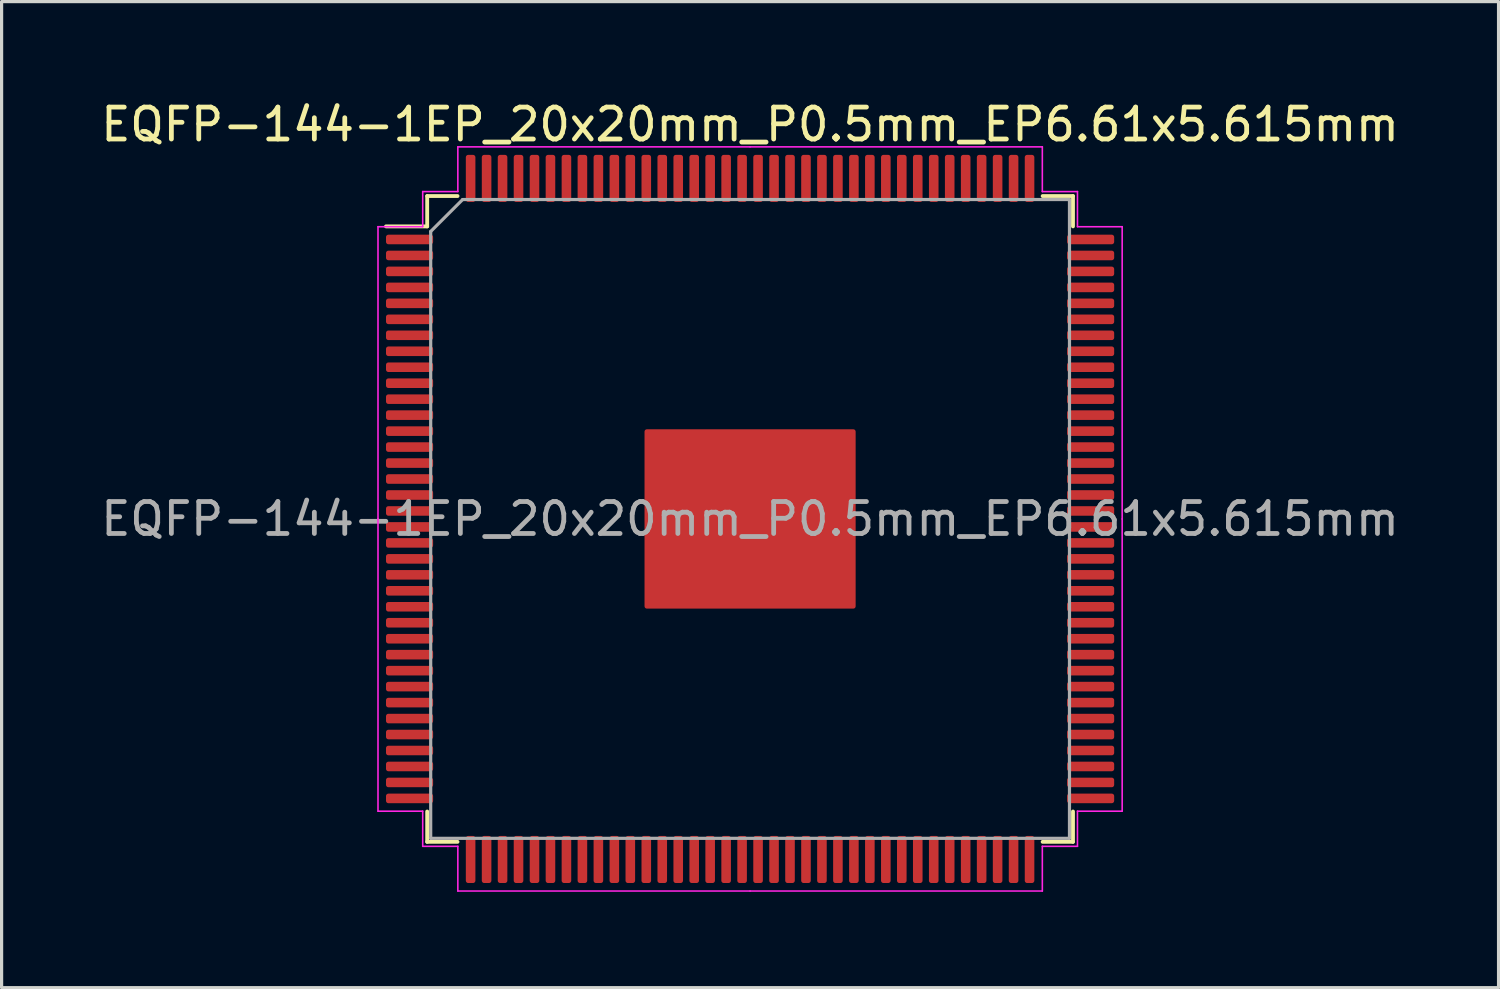
<source format=kicad_pcb>
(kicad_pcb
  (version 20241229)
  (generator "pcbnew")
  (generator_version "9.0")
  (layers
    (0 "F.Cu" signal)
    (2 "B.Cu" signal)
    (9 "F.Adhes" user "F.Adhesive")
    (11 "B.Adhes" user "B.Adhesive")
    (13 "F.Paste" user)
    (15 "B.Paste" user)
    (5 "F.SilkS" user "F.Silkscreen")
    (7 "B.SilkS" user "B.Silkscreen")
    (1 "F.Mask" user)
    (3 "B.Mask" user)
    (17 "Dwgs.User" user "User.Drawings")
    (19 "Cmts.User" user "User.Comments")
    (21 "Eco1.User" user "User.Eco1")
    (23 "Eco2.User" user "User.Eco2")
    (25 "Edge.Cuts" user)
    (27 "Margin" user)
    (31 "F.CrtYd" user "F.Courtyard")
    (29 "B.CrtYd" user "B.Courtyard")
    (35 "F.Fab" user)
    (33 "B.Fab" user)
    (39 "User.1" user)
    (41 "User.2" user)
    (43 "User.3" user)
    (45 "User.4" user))
  (footprint "EQFP-144-1EP_20x20mm_P0.5mm_EP6.61x5.615mm"
    (layer "F.Cu")
    (at 20.435 13.198)
    (property "Reference" "EQFP-144-1EP_20x20mm_P0.5mm_EP6.61x5.615mm" (at 0 -12.35 0) (layer "F.SilkS") (effects (font (size 1 1) (thickness 0.15))))
    (attr smd)
    (fp_line (start -10.11 -10.11) (end -10.11 -9.16) (stroke (width 0.12) (type solid)) (layer "F.SilkS"))
    (fp_line (start -10.11 -9.16) (end -11.4 -9.16) (stroke (width 0.12) (type solid)) (layer "F.SilkS"))
    (fp_line (start -10.11 10.11) (end -10.11 9.16) (stroke (width 0.12) (type solid)) (layer "F.SilkS"))
    (fp_line (start -9.16 -10.11) (end -10.11 -10.11) (stroke (width 0.12) (type solid)) (layer "F.SilkS"))
    (fp_line (start -9.16 10.11) (end -10.11 10.11) (stroke (width 0.12) (type solid)) (layer "F.SilkS"))
    (fp_line (start 9.16 -10.11) (end 10.11 -10.11) (stroke (width 0.12) (type solid)) (layer "F.SilkS"))
    (fp_line (start 9.16 10.11) (end 10.11 10.11) (stroke (width 0.12) (type solid)) (layer "F.SilkS"))
    (fp_line (start 10.11 -10.11) (end 10.11 -9.16) (stroke (width 0.12) (type solid)) (layer "F.SilkS"))
    (fp_line (start 10.11 10.11) (end 10.11 9.16) (stroke (width 0.12) (type solid)) (layer "F.SilkS"))
    (fp_line (start -11.65 -9.15) (end -11.65 0) (stroke (width 0.05) (type solid)) (layer "F.CrtYd"))
    (fp_line (start -11.65 9.15) (end -11.65 0) (stroke (width 0.05) (type solid)) (layer "F.CrtYd"))
    (fp_line (start -10.25 -10.25) (end -10.25 -9.15) (stroke (width 0.05) (type solid)) (layer "F.CrtYd"))
    (fp_line (start -10.25 -9.15) (end -11.65 -9.15) (stroke (width 0.05) (type solid)) (layer "F.CrtYd"))
    (fp_line (start -10.25 9.15) (end -11.65 9.15) (stroke (width 0.05) (type solid)) (layer "F.CrtYd"))
    (fp_line (start -10.25 10.25) (end -10.25 9.15) (stroke (width 0.05) (type solid)) (layer "F.CrtYd"))
    (fp_line (start -9.15 -11.65) (end -9.15 -10.25) (stroke (width 0.05) (type solid)) (layer "F.CrtYd"))
    (fp_line (start -9.15 -10.25) (end -10.25 -10.25) (stroke (width 0.05) (type solid)) (layer "F.CrtYd"))
    (fp_line (start -9.15 10.25) (end -10.25 10.25) (stroke (width 0.05) (type solid)) (layer "F.CrtYd"))
    (fp_line (start -9.15 11.65) (end -9.15 10.25) (stroke (width 0.05) (type solid)) (layer "F.CrtYd"))
    (fp_line (start 0 -11.65) (end -9.15 -11.65) (stroke (width 0.05) (type solid)) (layer "F.CrtYd"))
    (fp_line (start 0 -11.65) (end 9.15 -11.65) (stroke (width 0.05) (type solid)) (layer "F.CrtYd"))
    (fp_line (start 0 11.65) (end -9.15 11.65) (stroke (width 0.05) (type solid)) (layer "F.CrtYd"))
    (fp_line (start 0 11.65) (end 9.15 11.65) (stroke (width 0.05) (type solid)) (layer "F.CrtYd"))
    (fp_line (start 9.15 -11.65) (end 9.15 -10.25) (stroke (width 0.05) (type solid)) (layer "F.CrtYd"))
    (fp_line (start 9.15 -10.25) (end 10.25 -10.25) (stroke (width 0.05) (type solid)) (layer "F.CrtYd"))
    (fp_line (start 9.15 10.25) (end 10.25 10.25) (stroke (width 0.05) (type solid)) (layer "F.CrtYd"))
    (fp_line (start 9.15 11.65) (end 9.15 10.25) (stroke (width 0.05) (type solid)) (layer "F.CrtYd"))
    (fp_line (start 10.25 -10.25) (end 10.25 -9.15) (stroke (width 0.05) (type solid)) (layer "F.CrtYd"))
    (fp_line (start 10.25 -9.15) (end 11.65 -9.15) (stroke (width 0.05) (type solid)) (layer "F.CrtYd"))
    (fp_line (start 10.25 9.15) (end 11.65 9.15) (stroke (width 0.05) (type solid)) (layer "F.CrtYd"))
    (fp_line (start 10.25 10.25) (end 10.25 9.15) (stroke (width 0.05) (type solid)) (layer "F.CrtYd"))
    (fp_line (start 11.65 -9.15) (end 11.65 0) (stroke (width 0.05) (type solid)) (layer "F.CrtYd"))
    (fp_line (start 11.65 9.15) (end 11.65 0) (stroke (width 0.05) (type solid)) (layer "F.CrtYd"))
    (fp_line (start -10 -9) (end -9 -10) (stroke (width 0.1) (type solid)) (layer "F.Fab"))
    (fp_line (start -10 10) (end -10 -9) (stroke (width 0.1) (type solid)) (layer "F.Fab"))
    (fp_line (start -9 -10) (end 10 -10) (stroke (width 0.1) (type solid)) (layer "F.Fab"))
    (fp_line (start 10 -10) (end 10 10) (stroke (width 0.1) (type solid)) (layer "F.Fab"))
    (fp_line (start 10 10) (end -10 10) (stroke (width 0.1) (type solid)) (layer "F.Fab"))
    (fp_text user "${REFERENCE}" (at 0 0 0) (layer "F.Fab") (effects (font (size 1 1) (thickness 0.15))))
    (pad "" smd roundrect (at -2.64 -2.1) (size 1.07 1.13) (layers "F.Paste") (roundrect_rratio 0.234))
    (pad "" smd roundrect (at -2.64 -0.7) (size 1.07 1.13) (layers "F.Paste") (roundrect_rratio 0.234))
    (pad "" smd roundrect (at -2.64 0.7) (size 1.07 1.13) (layers "F.Paste") (roundrect_rratio 0.234))
    (pad "" smd roundrect (at -2.64 2.1) (size 1.07 1.13) (layers "F.Paste") (roundrect_rratio 0.234))
    (pad "" smd roundrect (at -1.32 -2.1) (size 1.07 1.13) (layers "F.Paste") (roundrect_rratio 0.234))
    (pad "" smd roundrect (at -1.32 -0.7) (size 1.07 1.13) (layers "F.Paste") (roundrect_rratio 0.234))
    (pad "" smd roundrect (at -1.32 0.7) (size 1.07 1.13) (layers "F.Paste") (roundrect_rratio 0.234))
    (pad "" smd roundrect (at -1.32 2.1) (size 1.07 1.13) (layers "F.Paste") (roundrect_rratio 0.234))
    (pad "" smd roundrect (at 0 -2.1) (size 1.07 1.13) (layers "F.Paste") (roundrect_rratio 0.234))
    (pad "" smd roundrect (at 0 -0.7) (size 1.07 1.13) (layers "F.Paste") (roundrect_rratio 0.234))
    (pad "" smd roundrect (at 0 0.7) (size 1.07 1.13) (layers "F.Paste") (roundrect_rratio 0.234))
    (pad "" smd roundrect (at 0 2.1) (size 1.07 1.13) (layers "F.Paste") (roundrect_rratio 0.234))
    (pad "" smd roundrect (at 1.32 -2.1) (size 1.07 1.13) (layers "F.Paste") (roundrect_rratio 0.234))
    (pad "" smd roundrect (at 1.32 -0.7) (size 1.07 1.13) (layers "F.Paste") (roundrect_rratio 0.234))
    (pad "" smd roundrect (at 1.32 0.7) (size 1.07 1.13) (layers "F.Paste") (roundrect_rratio 0.234))
    (pad "" smd roundrect (at 1.32 2.1) (size 1.07 1.13) (layers "F.Paste") (roundrect_rratio 0.234))
    (pad "" smd roundrect (at 2.64 -2.1) (size 1.07 1.13) (layers "F.Paste") (roundrect_rratio 0.234))
    (pad "" smd roundrect (at 2.64 -0.7) (size 1.07 1.13) (layers "F.Paste") (roundrect_rratio 0.234))
    (pad "" smd roundrect (at 2.64 0.7) (size 1.07 1.13) (layers "F.Paste") (roundrect_rratio 0.234))
    (pad "" smd roundrect (at 2.64 2.1) (size 1.07 1.13) (layers "F.Paste") (roundrect_rratio 0.234))
    (pad "1" smd roundrect (at -10.662 -8.75) (size 1.475 0.3) (layers "F.Cu" "F.Mask" "F.Paste") (roundrect_rratio 0.25))
    (pad "2" smd roundrect (at -10.662 -8.25) (size 1.475 0.3) (layers "F.Cu" "F.Mask" "F.Paste") (roundrect_rratio 0.25))
    (pad "3" smd roundrect (at -10.662 -7.75) (size 1.475 0.3) (layers "F.Cu" "F.Mask" "F.Paste") (roundrect_rratio 0.25))
    (pad "4" smd roundrect (at -10.662 -7.25) (size 1.475 0.3) (layers "F.Cu" "F.Mask" "F.Paste") (roundrect_rratio 0.25))
    (pad "5" smd roundrect (at -10.662 -6.75) (size 1.475 0.3) (layers "F.Cu" "F.Mask" "F.Paste") (roundrect_rratio 0.25))
    (pad "6" smd roundrect (at -10.662 -6.25) (size 1.475 0.3) (layers "F.Cu" "F.Mask" "F.Paste") (roundrect_rratio 0.25))
    (pad "7" smd roundrect (at -10.662 -5.75) (size 1.475 0.3) (layers "F.Cu" "F.Mask" "F.Paste") (roundrect_rratio 0.25))
    (pad "8" smd roundrect (at -10.662 -5.25) (size 1.475 0.3) (layers "F.Cu" "F.Mask" "F.Paste") (roundrect_rratio 0.25))
    (pad "9" smd roundrect (at -10.662 -4.75) (size 1.475 0.3) (layers "F.Cu" "F.Mask" "F.Paste") (roundrect_rratio 0.25))
    (pad "10" smd roundrect (at -10.662 -4.25) (size 1.475 0.3) (layers "F.Cu" "F.Mask" "F.Paste") (roundrect_rratio 0.25))
    (pad "11" smd roundrect (at -10.662 -3.75) (size 1.475 0.3) (layers "F.Cu" "F.Mask" "F.Paste") (roundrect_rratio 0.25))
    (pad "12" smd roundrect (at -10.662 -3.25) (size 1.475 0.3) (layers "F.Cu" "F.Mask" "F.Paste") (roundrect_rratio 0.25))
    (pad "13" smd roundrect (at -10.662 -2.75) (size 1.475 0.3) (layers "F.Cu" "F.Mask" "F.Paste") (roundrect_rratio 0.25))
    (pad "14" smd roundrect (at -10.662 -2.25) (size 1.475 0.3) (layers "F.Cu" "F.Mask" "F.Paste") (roundrect_rratio 0.25))
    (pad "15" smd roundrect (at -10.662 -1.75) (size 1.475 0.3) (layers "F.Cu" "F.Mask" "F.Paste") (roundrect_rratio 0.25))
    (pad "16" smd roundrect (at -10.662 -1.25) (size 1.475 0.3) (layers "F.Cu" "F.Mask" "F.Paste") (roundrect_rratio 0.25))
    (pad "17" smd roundrect (at -10.662 -0.75) (size 1.475 0.3) (layers "F.Cu" "F.Mask" "F.Paste") (roundrect_rratio 0.25))
    (pad "18" smd roundrect (at -10.662 -0.25) (size 1.475 0.3) (layers "F.Cu" "F.Mask" "F.Paste") (roundrect_rratio 0.25))
    (pad "19" smd roundrect (at -10.662 0.25) (size 1.475 0.3) (layers "F.Cu" "F.Mask" "F.Paste") (roundrect_rratio 0.25))
    (pad "20" smd roundrect (at -10.662 0.75) (size 1.475 0.3) (layers "F.Cu" "F.Mask" "F.Paste") (roundrect_rratio 0.25))
    (pad "21" smd roundrect (at -10.662 1.25) (size 1.475 0.3) (layers "F.Cu" "F.Mask" "F.Paste") (roundrect_rratio 0.25))
    (pad "22" smd roundrect (at -10.662 1.75) (size 1.475 0.3) (layers "F.Cu" "F.Mask" "F.Paste") (roundrect_rratio 0.25))
    (pad "23" smd roundrect (at -10.662 2.25) (size 1.475 0.3) (layers "F.Cu" "F.Mask" "F.Paste") (roundrect_rratio 0.25))
    (pad "24" smd roundrect (at -10.662 2.75) (size 1.475 0.3) (layers "F.Cu" "F.Mask" "F.Paste") (roundrect_rratio 0.25))
    (pad "25" smd roundrect (at -10.662 3.25) (size 1.475 0.3) (layers "F.Cu" "F.Mask" "F.Paste") (roundrect_rratio 0.25))
    (pad "26" smd roundrect (at -10.662 3.75) (size 1.475 0.3) (layers "F.Cu" "F.Mask" "F.Paste") (roundrect_rratio 0.25))
    (pad "27" smd roundrect (at -10.662 4.25) (size 1.475 0.3) (layers "F.Cu" "F.Mask" "F.Paste") (roundrect_rratio 0.25))
    (pad "28" smd roundrect (at -10.662 4.75) (size 1.475 0.3) (layers "F.Cu" "F.Mask" "F.Paste") (roundrect_rratio 0.25))
    (pad "29" smd roundrect (at -10.662 5.25) (size 1.475 0.3) (layers "F.Cu" "F.Mask" "F.Paste") (roundrect_rratio 0.25))
    (pad "30" smd roundrect (at -10.662 5.75) (size 1.475 0.3) (layers "F.Cu" "F.Mask" "F.Paste") (roundrect_rratio 0.25))
    (pad "31" smd roundrect (at -10.662 6.25) (size 1.475 0.3) (layers "F.Cu" "F.Mask" "F.Paste") (roundrect_rratio 0.25))
    (pad "32" smd roundrect (at -10.662 6.75) (size 1.475 0.3) (layers "F.Cu" "F.Mask" "F.Paste") (roundrect_rratio 0.25))
    (pad "33" smd roundrect (at -10.662 7.25) (size 1.475 0.3) (layers "F.Cu" "F.Mask" "F.Paste") (roundrect_rratio 0.25))
    (pad "34" smd roundrect (at -10.662 7.75) (size 1.475 0.3) (layers "F.Cu" "F.Mask" "F.Paste") (roundrect_rratio 0.25))
    (pad "35" smd roundrect (at -10.662 8.25) (size 1.475 0.3) (layers "F.Cu" "F.Mask" "F.Paste") (roundrect_rratio 0.25))
    (pad "36" smd roundrect (at -10.662 8.75) (size 1.475 0.3) (layers "F.Cu" "F.Mask" "F.Paste") (roundrect_rratio 0.25))
    (pad "37" smd roundrect (at -8.75 10.662) (size 0.3 1.475) (layers "F.Cu" "F.Mask" "F.Paste") (roundrect_rratio 0.25))
    (pad "38" smd roundrect (at -8.25 10.662) (size 0.3 1.475) (layers "F.Cu" "F.Mask" "F.Paste") (roundrect_rratio 0.25))
    (pad "39" smd roundrect (at -7.75 10.662) (size 0.3 1.475) (layers "F.Cu" "F.Mask" "F.Paste") (roundrect_rratio 0.25))
    (pad "40" smd roundrect (at -7.25 10.662) (size 0.3 1.475) (layers "F.Cu" "F.Mask" "F.Paste") (roundrect_rratio 0.25))
    (pad "41" smd roundrect (at -6.75 10.662) (size 0.3 1.475) (layers "F.Cu" "F.Mask" "F.Paste") (roundrect_rratio 0.25))
    (pad "42" smd roundrect (at -6.25 10.662) (size 0.3 1.475) (layers "F.Cu" "F.Mask" "F.Paste") (roundrect_rratio 0.25))
    (pad "43" smd roundrect (at -5.75 10.662) (size 0.3 1.475) (layers "F.Cu" "F.Mask" "F.Paste") (roundrect_rratio 0.25))
    (pad "44" smd roundrect (at -5.25 10.662) (size 0.3 1.475) (layers "F.Cu" "F.Mask" "F.Paste") (roundrect_rratio 0.25))
    (pad "45" smd roundrect (at -4.75 10.662) (size 0.3 1.475) (layers "F.Cu" "F.Mask" "F.Paste") (roundrect_rratio 0.25))
    (pad "46" smd roundrect (at -4.25 10.662) (size 0.3 1.475) (layers "F.Cu" "F.Mask" "F.Paste") (roundrect_rratio 0.25))
    (pad "47" smd roundrect (at -3.75 10.662) (size 0.3 1.475) (layers "F.Cu" "F.Mask" "F.Paste") (roundrect_rratio 0.25))
    (pad "48" smd roundrect (at -3.25 10.662) (size 0.3 1.475) (layers "F.Cu" "F.Mask" "F.Paste") (roundrect_rratio 0.25))
    (pad "49" smd roundrect (at -2.75 10.662) (size 0.3 1.475) (layers "F.Cu" "F.Mask" "F.Paste") (roundrect_rratio 0.25))
    (pad "50" smd roundrect (at -2.25 10.662) (size 0.3 1.475) (layers "F.Cu" "F.Mask" "F.Paste") (roundrect_rratio 0.25))
    (pad "51" smd roundrect (at -1.75 10.662) (size 0.3 1.475) (layers "F.Cu" "F.Mask" "F.Paste") (roundrect_rratio 0.25))
    (pad "52" smd roundrect (at -1.25 10.662) (size 0.3 1.475) (layers "F.Cu" "F.Mask" "F.Paste") (roundrect_rratio 0.25))
    (pad "53" smd roundrect (at -0.75 10.662) (size 0.3 1.475) (layers "F.Cu" "F.Mask" "F.Paste") (roundrect_rratio 0.25))
    (pad "54" smd roundrect (at -0.25 10.662) (size 0.3 1.475) (layers "F.Cu" "F.Mask" "F.Paste") (roundrect_rratio 0.25))
    (pad "55" smd roundrect (at 0.25 10.662) (size 0.3 1.475) (layers "F.Cu" "F.Mask" "F.Paste") (roundrect_rratio 0.25))
    (pad "56" smd roundrect (at 0.75 10.662) (size 0.3 1.475) (layers "F.Cu" "F.Mask" "F.Paste") (roundrect_rratio 0.25))
    (pad "57" smd roundrect (at 1.25 10.662) (size 0.3 1.475) (layers "F.Cu" "F.Mask" "F.Paste") (roundrect_rratio 0.25))
    (pad "58" smd roundrect (at 1.75 10.662) (size 0.3 1.475) (layers "F.Cu" "F.Mask" "F.Paste") (roundrect_rratio 0.25))
    (pad "59" smd roundrect (at 2.25 10.662) (size 0.3 1.475) (layers "F.Cu" "F.Mask" "F.Paste") (roundrect_rratio 0.25))
    (pad "60" smd roundrect (at 2.75 10.662) (size 0.3 1.475) (layers "F.Cu" "F.Mask" "F.Paste") (roundrect_rratio 0.25))
    (pad "61" smd roundrect (at 3.25 10.662) (size 0.3 1.475) (layers "F.Cu" "F.Mask" "F.Paste") (roundrect_rratio 0.25))
    (pad "62" smd roundrect (at 3.75 10.662) (size 0.3 1.475) (layers "F.Cu" "F.Mask" "F.Paste") (roundrect_rratio 0.25))
    (pad "63" smd roundrect (at 4.25 10.662) (size 0.3 1.475) (layers "F.Cu" "F.Mask" "F.Paste") (roundrect_rratio 0.25))
    (pad "64" smd roundrect (at 4.75 10.662) (size 0.3 1.475) (layers "F.Cu" "F.Mask" "F.Paste") (roundrect_rratio 0.25))
    (pad "65" smd roundrect (at 5.25 10.662) (size 0.3 1.475) (layers "F.Cu" "F.Mask" "F.Paste") (roundrect_rratio 0.25))
    (pad "66" smd roundrect (at 5.75 10.662) (size 0.3 1.475) (layers "F.Cu" "F.Mask" "F.Paste") (roundrect_rratio 0.25))
    (pad "67" smd roundrect (at 6.25 10.662) (size 0.3 1.475) (layers "F.Cu" "F.Mask" "F.Paste") (roundrect_rratio 0.25))
    (pad "68" smd roundrect (at 6.75 10.662) (size 0.3 1.475) (layers "F.Cu" "F.Mask" "F.Paste") (roundrect_rratio 0.25))
    (pad "69" smd roundrect (at 7.25 10.662) (size 0.3 1.475) (layers "F.Cu" "F.Mask" "F.Paste") (roundrect_rratio 0.25))
    (pad "70" smd roundrect (at 7.75 10.662) (size 0.3 1.475) (layers "F.Cu" "F.Mask" "F.Paste") (roundrect_rratio 0.25))
    (pad "71" smd roundrect (at 8.25 10.662) (size 0.3 1.475) (layers "F.Cu" "F.Mask" "F.Paste") (roundrect_rratio 0.25))
    (pad "72" smd roundrect (at 8.75 10.662) (size 0.3 1.475) (layers "F.Cu" "F.Mask" "F.Paste") (roundrect_rratio 0.25))
    (pad "73" smd roundrect (at 10.662 8.75) (size 1.475 0.3) (layers "F.Cu" "F.Mask" "F.Paste") (roundrect_rratio 0.25))
    (pad "74" smd roundrect (at 10.662 8.25) (size 1.475 0.3) (layers "F.Cu" "F.Mask" "F.Paste") (roundrect_rratio 0.25))
    (pad "75" smd roundrect (at 10.662 7.75) (size 1.475 0.3) (layers "F.Cu" "F.Mask" "F.Paste") (roundrect_rratio 0.25))
    (pad "76" smd roundrect (at 10.662 7.25) (size 1.475 0.3) (layers "F.Cu" "F.Mask" "F.Paste") (roundrect_rratio 0.25))
    (pad "77" smd roundrect (at 10.662 6.75) (size 1.475 0.3) (layers "F.Cu" "F.Mask" "F.Paste") (roundrect_rratio 0.25))
    (pad "78" smd roundrect (at 10.662 6.25) (size 1.475 0.3) (layers "F.Cu" "F.Mask" "F.Paste") (roundrect_rratio 0.25))
    (pad "79" smd roundrect (at 10.662 5.75) (size 1.475 0.3) (layers "F.Cu" "F.Mask" "F.Paste") (roundrect_rratio 0.25))
    (pad "80" smd roundrect (at 10.662 5.25) (size 1.475 0.3) (layers "F.Cu" "F.Mask" "F.Paste") (roundrect_rratio 0.25))
    (pad "81" smd roundrect (at 10.662 4.75) (size 1.475 0.3) (layers "F.Cu" "F.Mask" "F.Paste") (roundrect_rratio 0.25))
    (pad "82" smd roundrect (at 10.662 4.25) (size 1.475 0.3) (layers "F.Cu" "F.Mask" "F.Paste") (roundrect_rratio 0.25))
    (pad "83" smd roundrect (at 10.662 3.75) (size 1.475 0.3) (layers "F.Cu" "F.Mask" "F.Paste") (roundrect_rratio 0.25))
    (pad "84" smd roundrect (at 10.662 3.25) (size 1.475 0.3) (layers "F.Cu" "F.Mask" "F.Paste") (roundrect_rratio 0.25))
    (pad "85" smd roundrect (at 10.662 2.75) (size 1.475 0.3) (layers "F.Cu" "F.Mask" "F.Paste") (roundrect_rratio 0.25))
    (pad "86" smd roundrect (at 10.662 2.25) (size 1.475 0.3) (layers "F.Cu" "F.Mask" "F.Paste") (roundrect_rratio 0.25))
    (pad "87" smd roundrect (at 10.662 1.75) (size 1.475 0.3) (layers "F.Cu" "F.Mask" "F.Paste") (roundrect_rratio 0.25))
    (pad "88" smd roundrect (at 10.662 1.25) (size 1.475 0.3) (layers "F.Cu" "F.Mask" "F.Paste") (roundrect_rratio 0.25))
    (pad "89" smd roundrect (at 10.662 0.75) (size 1.475 0.3) (layers "F.Cu" "F.Mask" "F.Paste") (roundrect_rratio 0.25))
    (pad "90" smd roundrect (at 10.662 0.25) (size 1.475 0.3) (layers "F.Cu" "F.Mask" "F.Paste") (roundrect_rratio 0.25))
    (pad "91" smd roundrect (at 10.662 -0.25) (size 1.475 0.3) (layers "F.Cu" "F.Mask" "F.Paste") (roundrect_rratio 0.25))
    (pad "92" smd roundrect (at 10.662 -0.75) (size 1.475 0.3) (layers "F.Cu" "F.Mask" "F.Paste") (roundrect_rratio 0.25))
    (pad "93" smd roundrect (at 10.662 -1.25) (size 1.475 0.3) (layers "F.Cu" "F.Mask" "F.Paste") (roundrect_rratio 0.25))
    (pad "94" smd roundrect (at 10.662 -1.75) (size 1.475 0.3) (layers "F.Cu" "F.Mask" "F.Paste") (roundrect_rratio 0.25))
    (pad "95" smd roundrect (at 10.662 -2.25) (size 1.475 0.3) (layers "F.Cu" "F.Mask" "F.Paste") (roundrect_rratio 0.25))
    (pad "96" smd roundrect (at 10.662 -2.75) (size 1.475 0.3) (layers "F.Cu" "F.Mask" "F.Paste") (roundrect_rratio 0.25))
    (pad "97" smd roundrect (at 10.662 -3.25) (size 1.475 0.3) (layers "F.Cu" "F.Mask" "F.Paste") (roundrect_rratio 0.25))
    (pad "98" smd roundrect (at 10.662 -3.75) (size 1.475 0.3) (layers "F.Cu" "F.Mask" "F.Paste") (roundrect_rratio 0.25))
    (pad "99" smd roundrect (at 10.662 -4.25) (size 1.475 0.3) (layers "F.Cu" "F.Mask" "F.Paste") (roundrect_rratio 0.25))
    (pad "100" smd roundrect (at 10.662 -4.75) (size 1.475 0.3) (layers "F.Cu" "F.Mask" "F.Paste") (roundrect_rratio 0.25))
    (pad "101" smd roundrect (at 10.662 -5.25) (size 1.475 0.3) (layers "F.Cu" "F.Mask" "F.Paste") (roundrect_rratio 0.25))
    (pad "102" smd roundrect (at 10.662 -5.75) (size 1.475 0.3) (layers "F.Cu" "F.Mask" "F.Paste") (roundrect_rratio 0.25))
    (pad "103" smd roundrect (at 10.662 -6.25) (size 1.475 0.3) (layers "F.Cu" "F.Mask" "F.Paste") (roundrect_rratio 0.25))
    (pad "104" smd roundrect (at 10.662 -6.75) (size 1.475 0.3) (layers "F.Cu" "F.Mask" "F.Paste") (roundrect_rratio 0.25))
    (pad "105" smd roundrect (at 10.662 -7.25) (size 1.475 0.3) (layers "F.Cu" "F.Mask" "F.Paste") (roundrect_rratio 0.25))
    (pad "106" smd roundrect (at 10.662 -7.75) (size 1.475 0.3) (layers "F.Cu" "F.Mask" "F.Paste") (roundrect_rratio 0.25))
    (pad "107" smd roundrect (at 10.662 -8.25) (size 1.475 0.3) (layers "F.Cu" "F.Mask" "F.Paste") (roundrect_rratio 0.25))
    (pad "108" smd roundrect (at 10.662 -8.75) (size 1.475 0.3) (layers "F.Cu" "F.Mask" "F.Paste") (roundrect_rratio 0.25))
    (pad "109" smd roundrect (at 8.75 -10.662) (size 0.3 1.475) (layers "F.Cu" "F.Mask" "F.Paste") (roundrect_rratio 0.25))
    (pad "110" smd roundrect (at 8.25 -10.662) (size 0.3 1.475) (layers "F.Cu" "F.Mask" "F.Paste") (roundrect_rratio 0.25))
    (pad "111" smd roundrect (at 7.75 -10.662) (size 0.3 1.475) (layers "F.Cu" "F.Mask" "F.Paste") (roundrect_rratio 0.25))
    (pad "112" smd roundrect (at 7.25 -10.662) (size 0.3 1.475) (layers "F.Cu" "F.Mask" "F.Paste") (roundrect_rratio 0.25))
    (pad "113" smd roundrect (at 6.75 -10.662) (size 0.3 1.475) (layers "F.Cu" "F.Mask" "F.Paste") (roundrect_rratio 0.25))
    (pad "114" smd roundrect (at 6.25 -10.662) (size 0.3 1.475) (layers "F.Cu" "F.Mask" "F.Paste") (roundrect_rratio 0.25))
    (pad "115" smd roundrect (at 5.75 -10.662) (size 0.3 1.475) (layers "F.Cu" "F.Mask" "F.Paste") (roundrect_rratio 0.25))
    (pad "116" smd roundrect (at 5.25 -10.662) (size 0.3 1.475) (layers "F.Cu" "F.Mask" "F.Paste") (roundrect_rratio 0.25))
    (pad "117" smd roundrect (at 4.75 -10.662) (size 0.3 1.475) (layers "F.Cu" "F.Mask" "F.Paste") (roundrect_rratio 0.25))
    (pad "118" smd roundrect (at 4.25 -10.662) (size 0.3 1.475) (layers "F.Cu" "F.Mask" "F.Paste") (roundrect_rratio 0.25))
    (pad "119" smd roundrect (at 3.75 -10.662) (size 0.3 1.475) (layers "F.Cu" "F.Mask" "F.Paste") (roundrect_rratio 0.25))
    (pad "120" smd roundrect (at 3.25 -10.662) (size 0.3 1.475) (layers "F.Cu" "F.Mask" "F.Paste") (roundrect_rratio 0.25))
    (pad "121" smd roundrect (at 2.75 -10.662) (size 0.3 1.475) (layers "F.Cu" "F.Mask" "F.Paste") (roundrect_rratio 0.25))
    (pad "122" smd roundrect (at 2.25 -10.662) (size 0.3 1.475) (layers "F.Cu" "F.Mask" "F.Paste") (roundrect_rratio 0.25))
    (pad "123" smd roundrect (at 1.75 -10.662) (size 0.3 1.475) (layers "F.Cu" "F.Mask" "F.Paste") (roundrect_rratio 0.25))
    (pad "124" smd roundrect (at 1.25 -10.662) (size 0.3 1.475) (layers "F.Cu" "F.Mask" "F.Paste") (roundrect_rratio 0.25))
    (pad "125" smd roundrect (at 0.75 -10.662) (size 0.3 1.475) (layers "F.Cu" "F.Mask" "F.Paste") (roundrect_rratio 0.25))
    (pad "126" smd roundrect (at 0.25 -10.662) (size 0.3 1.475) (layers "F.Cu" "F.Mask" "F.Paste") (roundrect_rratio 0.25))
    (pad "127" smd roundrect (at -0.25 -10.662) (size 0.3 1.475) (layers "F.Cu" "F.Mask" "F.Paste") (roundrect_rratio 0.25))
    (pad "128" smd roundrect (at -0.75 -10.662) (size 0.3 1.475) (layers "F.Cu" "F.Mask" "F.Paste") (roundrect_rratio 0.25))
    (pad "129" smd roundrect (at -1.25 -10.662) (size 0.3 1.475) (layers "F.Cu" "F.Mask" "F.Paste") (roundrect_rratio 0.25))
    (pad "130" smd roundrect (at -1.75 -10.662) (size 0.3 1.475) (layers "F.Cu" "F.Mask" "F.Paste") (roundrect_rratio 0.25))
    (pad "131" smd roundrect (at -2.25 -10.662) (size 0.3 1.475) (layers "F.Cu" "F.Mask" "F.Paste") (roundrect_rratio 0.25))
    (pad "132" smd roundrect (at -2.75 -10.662) (size 0.3 1.475) (layers "F.Cu" "F.Mask" "F.Paste") (roundrect_rratio 0.25))
    (pad "133" smd roundrect (at -3.25 -10.662) (size 0.3 1.475) (layers "F.Cu" "F.Mask" "F.Paste") (roundrect_rratio 0.25))
    (pad "134" smd roundrect (at -3.75 -10.662) (size 0.3 1.475) (layers "F.Cu" "F.Mask" "F.Paste") (roundrect_rratio 0.25))
    (pad "135" smd roundrect (at -4.25 -10.662) (size 0.3 1.475) (layers "F.Cu" "F.Mask" "F.Paste") (roundrect_rratio 0.25))
    (pad "136" smd roundrect (at -4.75 -10.662) (size 0.3 1.475) (layers "F.Cu" "F.Mask" "F.Paste") (roundrect_rratio 0.25))
    (pad "137" smd roundrect (at -5.25 -10.662) (size 0.3 1.475) (layers "F.Cu" "F.Mask" "F.Paste") (roundrect_rratio 0.25))
    (pad "138" smd roundrect (at -5.75 -10.662) (size 0.3 1.475) (layers "F.Cu" "F.Mask" "F.Paste") (roundrect_rratio 0.25))
    (pad "139" smd roundrect (at -6.25 -10.662) (size 0.3 1.475) (layers "F.Cu" "F.Mask" "F.Paste") (roundrect_rratio 0.25))
    (pad "140" smd roundrect (at -6.75 -10.662) (size 0.3 1.475) (layers "F.Cu" "F.Mask" "F.Paste") (roundrect_rratio 0.25))
    (pad "141" smd roundrect (at -7.25 -10.662) (size 0.3 1.475) (layers "F.Cu" "F.Mask" "F.Paste") (roundrect_rratio 0.25))
    (pad "142" smd roundrect (at -7.75 -10.662) (size 0.3 1.475) (layers "F.Cu" "F.Mask" "F.Paste") (roundrect_rratio 0.25))
    (pad "143" smd roundrect (at -8.25 -10.662) (size 0.3 1.475) (layers "F.Cu" "F.Mask" "F.Paste") (roundrect_rratio 0.25))
    (pad "144" smd roundrect (at -8.75 -10.662) (size 0.3 1.475) (layers "F.Cu" "F.Mask" "F.Paste") (roundrect_rratio 0.25))
    (pad "145" smd roundrect (at 0 0) (size 6.61 5.615) (layers "F.Cu" "F.Mask") (roundrect_rratio 0.013)))
  (gr_rect
    (start -3 -3)
    (end 43.869 27.873)
    (stroke (width 0.1) (type default))
    (fill no)
    (layer "Edge.Cuts")))
</source>
